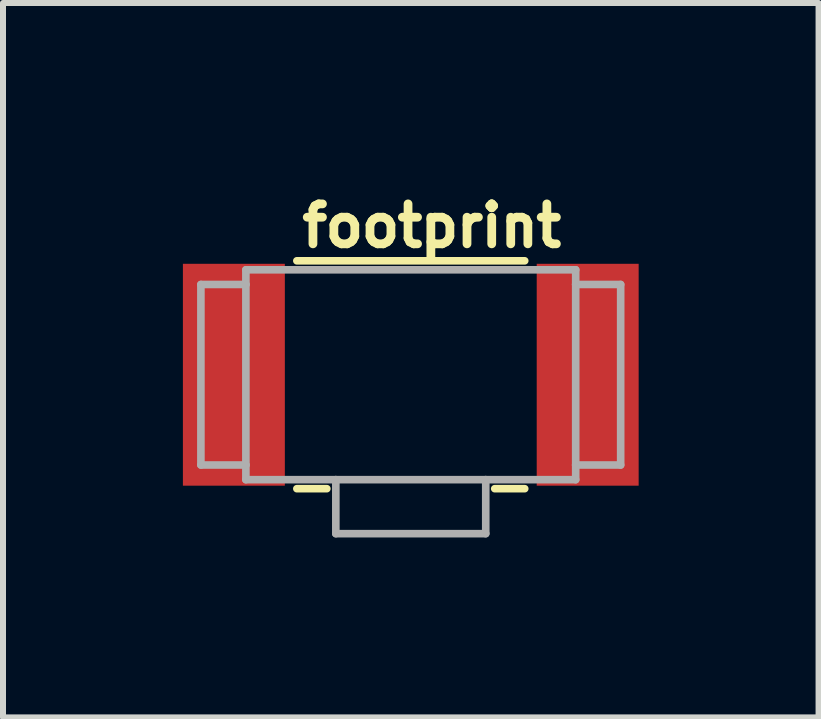
<source format=kicad_pcb>
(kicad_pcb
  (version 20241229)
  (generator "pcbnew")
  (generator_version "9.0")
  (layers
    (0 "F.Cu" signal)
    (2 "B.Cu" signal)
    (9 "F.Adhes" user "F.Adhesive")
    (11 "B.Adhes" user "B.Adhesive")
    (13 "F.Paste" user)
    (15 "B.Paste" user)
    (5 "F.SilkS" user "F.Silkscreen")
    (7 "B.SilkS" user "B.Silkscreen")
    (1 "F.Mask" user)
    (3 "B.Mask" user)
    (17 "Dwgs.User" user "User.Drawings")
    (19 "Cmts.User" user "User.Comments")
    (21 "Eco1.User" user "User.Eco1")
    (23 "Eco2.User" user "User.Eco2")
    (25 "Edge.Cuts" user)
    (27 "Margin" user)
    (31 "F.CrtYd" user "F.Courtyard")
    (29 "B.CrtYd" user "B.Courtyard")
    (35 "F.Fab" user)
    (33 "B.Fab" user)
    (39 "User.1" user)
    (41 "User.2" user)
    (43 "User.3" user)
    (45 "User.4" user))
  (footprint "footprint"
    (layer "F.Cu")
    (at 3.8 3.199)
    (property "Reference" "footprint" (at -1.886 -2.094 0) (layer "F.SilkS") (effects (font (size 0.666 0.666) (thickness 0.146)) (justify left bottom)))
    (fp_line (start -1.9 -1.9) (end 1.9 -1.9) (stroke (width 0.127) (type solid)) (layer "F.SilkS"))
    (fp_line (start -1.9 1.9) (end -1.4 1.9) (stroke (width 0.127) (type solid)) (layer "F.SilkS"))
    (fp_line (start 1.4 1.9) (end 1.9 1.9) (stroke (width 0.127) (type solid)) (layer "F.SilkS"))
    (fp_line (start -3.5 -1.505) (end -2.75 -1.505) (stroke (width 0.127) (type solid)) (layer "F.Fab"))
    (fp_line (start -3.5 1.505) (end -3.5 -1.505) (stroke (width 0.127) (type solid)) (layer "F.Fab"))
    (fp_line (start -2.75 -1.75) (end 2.75 -1.75) (stroke (width 0.127) (type solid)) (layer "F.Fab"))
    (fp_line (start -2.75 -1.505) (end -2.75 -1.75) (stroke (width 0.127) (type solid)) (layer "F.Fab"))
    (fp_line (start -2.75 1.505) (end -3.5 1.505) (stroke (width 0.127) (type solid)) (layer "F.Fab"))
    (fp_line (start -2.75 1.505) (end -2.75 -1.505) (stroke (width 0.127) (type solid)) (layer "F.Fab"))
    (fp_line (start -2.75 1.75) (end -2.75 1.505) (stroke (width 0.127) (type solid)) (layer "F.Fab"))
    (fp_line (start -1.25 1.75) (end -2.75 1.75) (stroke (width 0.127) (type solid)) (layer "F.Fab"))
    (fp_line (start -1.25 2.65) (end -1.25 1.75) (stroke (width 0.127) (type solid)) (layer "F.Fab"))
    (fp_line (start -1.25 2.65) (end 1.25 2.65) (stroke (width 0.127) (type solid)) (layer "F.Fab"))
    (fp_line (start 1.25 1.75) (end -1.25 1.75) (stroke (width 0.127) (type solid)) (layer "F.Fab"))
    (fp_line (start 1.25 2.65) (end 1.25 1.75) (stroke (width 0.127) (type solid)) (layer "F.Fab"))
    (fp_line (start 2.75 -1.75) (end 2.75 -1.505) (stroke (width 0.127) (type solid)) (layer "F.Fab"))
    (fp_line (start 2.75 -1.505) (end 2.75 1.505) (stroke (width 0.127) (type solid)) (layer "F.Fab"))
    (fp_line (start 2.75 -1.505) (end 3.5 -1.505) (stroke (width 0.127) (type solid)) (layer "F.Fab"))
    (fp_line (start 2.75 1.505) (end 2.75 1.75) (stroke (width 0.127) (type solid)) (layer "F.Fab"))
    (fp_line (start 2.75 1.75) (end 1.25 1.75) (stroke (width 0.127) (type solid)) (layer "F.Fab"))
    (fp_line (start 3.5 -1.505) (end 3.5 1.505) (stroke (width 0.127) (type solid)) (layer "F.Fab"))
    (fp_line (start 3.5 1.505) (end 2.75 1.505) (stroke (width 0.127) (type solid)) (layer "F.Fab"))
    (pad "P$1" smd rect (at -2.95 0) (size 1.7 3.7) (layers "F.Cu" "F.Mask" "F.Paste"))
    (pad "P$2" smd rect (at 2.95 0) (size 1.7 3.7) (layers "F.Cu" "F.Mask" "F.Paste")))
  (gr_rect
    (start -3 -3)
    (end 10.6 8.913)
    (stroke (width 0.1) (type default))
    (fill no)
    (layer "Edge.Cuts")))
</source>
